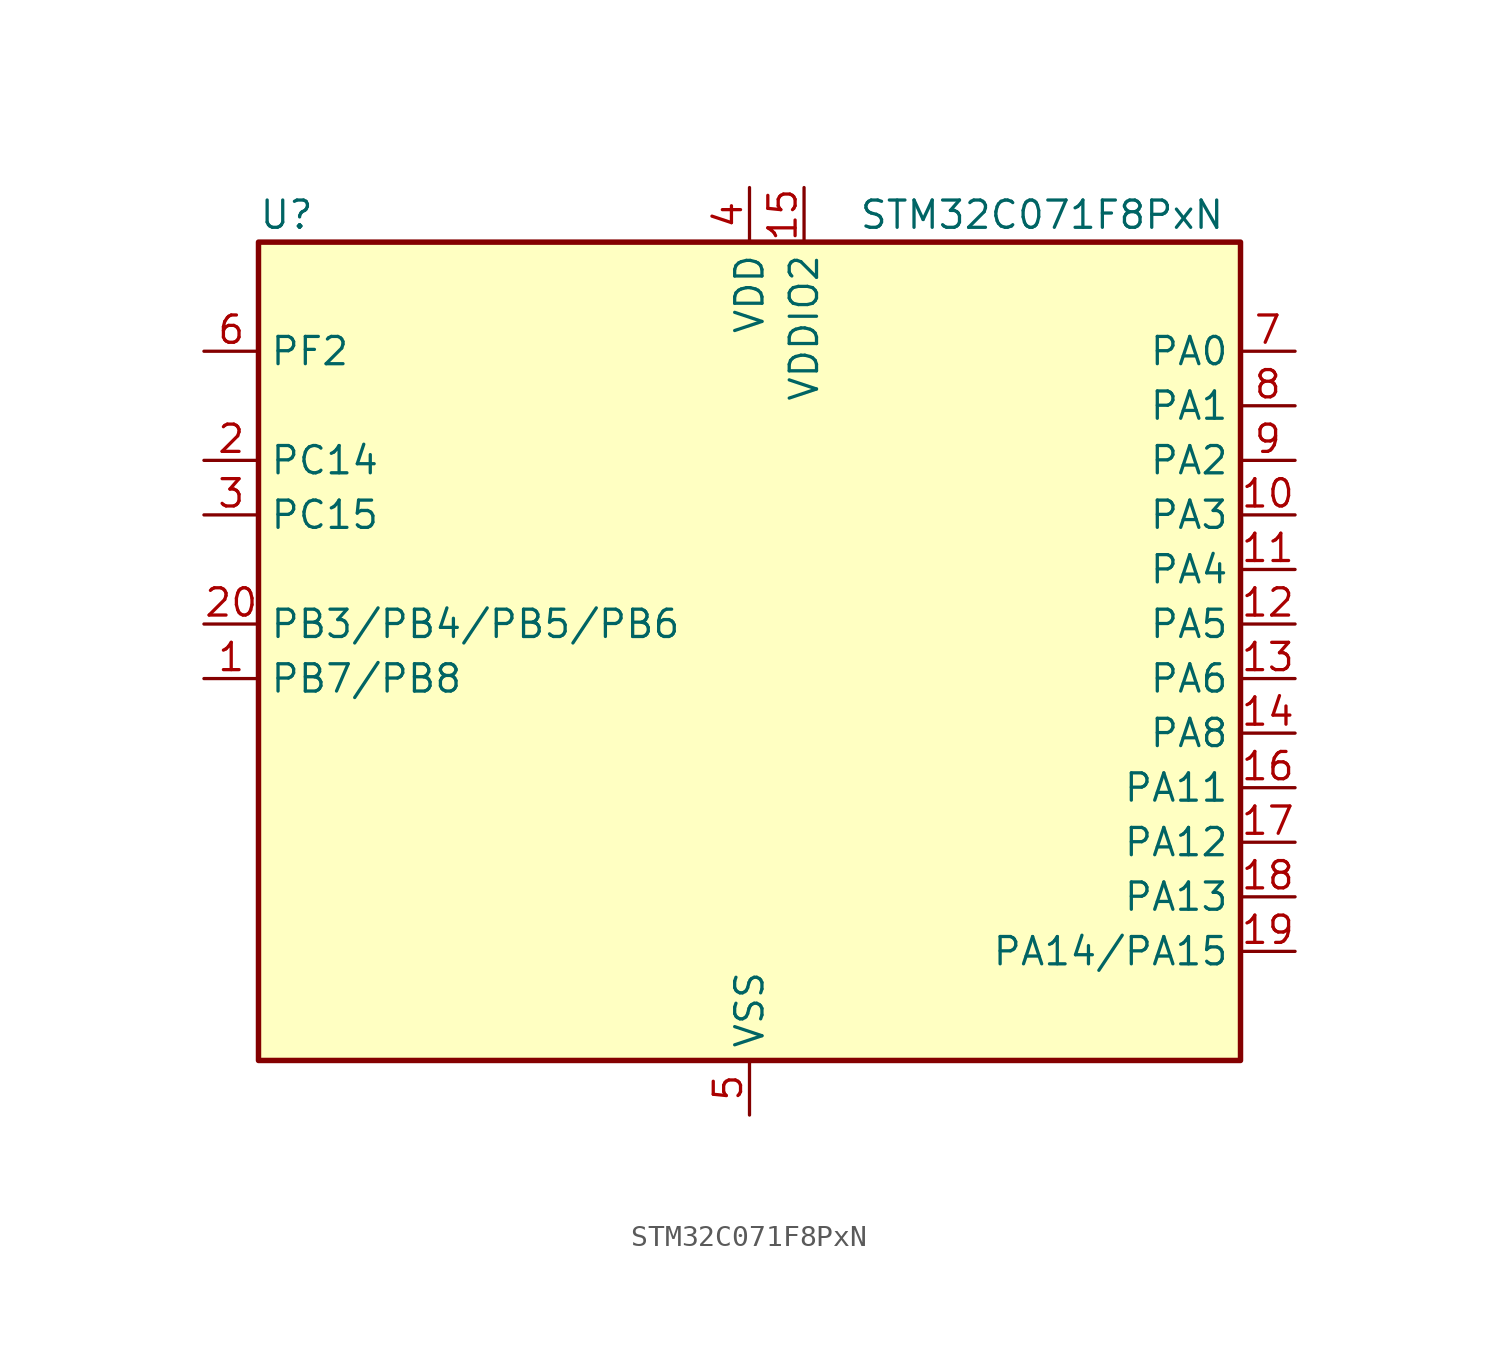
<source format=kicad_sym>
(kicad_symbol_lib
  (version 20241209)
  (generator "kicad_symbol_editor")
  (generator_version "9.0")
  (symbol "STM32C071F8PxN"
    (property "Reference" "U"
      (at -22.86 21.59 0)
      (effects (font (size 1.27 1.27)) (justify left)))
    (property "Value" "STM32C071F8PxN"
      (at 5.08 21.59 0)
      (effects (font (size 1.27 1.27)) (justify left)))
    (symbol "STM32C071F8PxN_0_1"
      (rectangle (start -22.86 -17.78) (end 22.86 20.32) (stroke (width 0.254) (type default)) (fill (type background))))
    (symbol "STM32C071F8PxN_1_1"
      (pin bidirectional line (at -25.4 15.24 0) (length 2.54) (name "PF2" (effects (font (size 1.27 1.27)))) (number "6" (effects (font (size 1.27 1.27)))) (alternate "RCC_MCO" bidirectional line) (alternate "TIM1_CH4" bidirectional line))
      (pin bidirectional line (at -25.4 10.16 0) (length 2.54) (name "PC14" (effects (font (size 1.27 1.27)))) (number "2" (effects (font (size 1.27 1.27)))) (alternate "I2C1_SDA" bidirectional line) (alternate "IR_OUT" bidirectional line) (alternate "RCC_OSCX_IN" bidirectional line) (alternate "SPI2_NSS" bidirectional line) (alternate "TIM17_CH1" bidirectional line) (alternate "TIM1_BKIN2" bidirectional line) (alternate "TIM1_ETR" bidirectional line) (alternate "TIM3_CH2" bidirectional line) (alternate "USART1_TX" bidirectional line) (alternate "USART2_CK" bidirectional line) (alternate "USART2_DE" bidirectional line) (alternate "USART2_RTS" bidirectional line))
      (pin bidirectional line (at -25.4 7.62 0) (length 2.54) (name "PC15" (effects (font (size 1.27 1.27)))) (number "3" (effects (font (size 1.27 1.27)))) (alternate "RCC_OSC32_EN" bidirectional line) (alternate "RCC_OSCX_OUT" bidirectional line) (alternate "RCC_OSC_EN" bidirectional line) (alternate "TIM1_ETR" bidirectional line) (alternate "TIM3_CH3" bidirectional line))
      (pin bidirectional line (at -25.4 2.54 0) (length 2.54) (name "PB3/PB4/PB5/PB6" (effects (font (size 1.27 1.27)))) (number "20" (effects (font (size 1.27 1.27)))) (alternate "I2C1_SCL (PB6)" bidirectional line) (alternate "I2C1_SMBA (PB5)" bidirectional line) (alternate "I2C1_SMBA (PB6)" bidirectional line) (alternate "I2C2_SCL (PB3)" bidirectional line) (alternate "I2C2_SDA (PB4)" bidirectional line) (alternate "I2S1_CK (PB3)" bidirectional line) (alternate "I2S1_CK (PB6)" bidirectional line) (alternate "I2S1_MCK (PB4)" bidirectional line) (alternate "I2S1_MCK (PB6)" bidirectional line) (alternate "I2S1_SD (PB5)" bidirectional line) (alternate "I2S1_SD (PB6)" bidirectional line) (alternate "PB3" bidirectional line) (alternate "PB4" bidirectional line) (alternate "PB5" bidirectional line) (alternate "PB6" bidirectional line) (alternate "PWR_WKUP3 (PB6)" bidirectional line) (alternate "PWR_WKUP6 (PB5)" bidirectional line) (alternate "SPI1_MISO (PB4)" bidirectional line) (alternate "SPI1_MISO (PB6)" bidirectional line) (alternate "SPI1_MOSI (PB5)" bidirectional line) (alternate "SPI1_MOSI (PB6)" bidirectional line) (alternate "SPI1_SCK (PB3)" bidirectional line) (alternate "SPI1_SCK (PB6)" bidirectional line) (alternate "SPI2_MISO (PB6)" bidirectional line) (alternate "TIM16_BKIN (PB5)" bidirectional line) (alternate "TIM16_BKIN (PB6)" bidirectional line) (alternate "TIM16_CH1N (PB6)" bidirectional line) (alternate "TIM17_BKIN (PB4)" bidirectional line) (alternate "TIM17_BKIN (PB6)" bidirectional line) (alternate "TIM1_CH2 (PB3)" bidirectional line) (alternate "TIM1_CH2 (PB6)" bidirectional line) (alternate "TIM1_CH3 (PB6)" bidirectional line) (alternate "TIM2_CH2 (PB3)" bidirectional line) (alternate "TIM3_CH1 (PB4)" bidirectional line) (alternate "TIM3_CH1 (PB6)" bidirectional line) (alternate "TIM3_CH2 (PB3)" bidirectional line) (alternate "TIM3_CH2 (PB5)" bidirectional line) (alternate "TIM3_CH2 (PB6)" bidirectional line) (alternate "TIM3_CH3 (PB5)" bidirectional line) (alternate "TIM3_CH3 (PB6)" bidirectional line) (alternate "USART1_CK (PB3)" bidirectional line) (alternate "USART1_CTS (PB4)" bidirectional line) (alternate "USART1_CTS (PB6)" bidirectional line) (alternate "USART1_DE (PB3)" bidirectional line) (alternate "USART1_NSS (PB4)" bidirectional line) (alternate "USART1_NSS (PB6)" bidirectional line) (alternate "USART1_RTS (PB3)" bidirectional line) (alternate "USART1_TX (PB6)" bidirectional line))
      (pin bidirectional line (at -25.4 0 0) (length 2.54) (name "PB7/PB8" (effects (font (size 1.27 1.27)))) (number "1" (effects (font (size 1.27 1.27)))) (alternate "I2C1_SCL (PB7)" bidirectional line) (alternate "I2C1_SCL (PB8)" bidirectional line) (alternate "I2C1_SDA (PB7)" bidirectional line) (alternate "PB7" bidirectional line) (alternate "PB8" bidirectional line) (alternate "RTC_REFIN (PB7)" bidirectional line) (alternate "SPI2_MOSI (PB7)" bidirectional line) (alternate "SPI2_SCK (PB8)" bidirectional line) (alternate "TIM16_CH1 (PB7)" bidirectional line) (alternate "TIM16_CH1 (PB8)" bidirectional line) (alternate "TIM17_CH1N (PB7)" bidirectional line) (alternate "TIM1_CH4 (PB7)" bidirectional line) (alternate "TIM3_CH1 (PB7)" bidirectional line) (alternate "TIM3_CH1 (PB8)" bidirectional line) (alternate "TIM3_CH4 (PB7)" bidirectional line) (alternate "USART1_RX (PB7)" bidirectional line) (alternate "USART2_CTS (PB7)" bidirectional line) (alternate "USART2_CTS (PB8)" bidirectional line) (alternate "USART2_NSS (PB7)" bidirectional line) (alternate "USART2_NSS (PB8)" bidirectional line))
      (pin power_in line (at 0 22.86 270) (length 2.54) (name "VDD" (effects (font (size 1.27 1.27)))) (number "4" (effects (font (size 1.27 1.27)))))
      (pin power_in line (at 0 -20.32 90) (length 2.54) (name "VSS" (effects (font (size 1.27 1.27)))) (number "5" (effects (font (size 1.27 1.27)))))
      (pin power_in line (at 2.54 22.86 270) (length 2.54) (name "VDDIO2" (effects (font (size 1.27 1.27)))) (number "15" (effects (font (size 1.27 1.27)))))
      (pin bidirectional line (at 25.4 15.24 180) (length 2.54) (name "PA0" (effects (font (size 1.27 1.27)))) (number "7" (effects (font (size 1.27 1.27)))) (alternate "ADC1_IN0" bidirectional line) (alternate "PWR_WKUP1" bidirectional line) (alternate "SPI2_SCK" bidirectional line) (alternate "TIM16_CH1" bidirectional line) (alternate "TIM1_CH1" bidirectional line) (alternate "TIM2_CH1" bidirectional line) (alternate "TIM2_ETR" bidirectional line) (alternate "USART1_TX" bidirectional line) (alternate "USART2_CTS" bidirectional line) (alternate "USART2_NSS" bidirectional line))
      (pin bidirectional line (at 25.4 12.7 180) (length 2.54) (name "PA1" (effects (font (size 1.27 1.27)))) (number "8" (effects (font (size 1.27 1.27)))) (alternate "ADC1_IN1" bidirectional line) (alternate "I2C1_SMBA" bidirectional line) (alternate "I2S1_CK" bidirectional line) (alternate "SPI1_SCK" bidirectional line) (alternate "TIM17_CH1" bidirectional line) (alternate "TIM1_CH2" bidirectional line) (alternate "TIM2_CH2" bidirectional line) (alternate "USART1_RX" bidirectional line) (alternate "USART2_CK" bidirectional line) (alternate "USART2_DE" bidirectional line) (alternate "USART2_RTS" bidirectional line))
      (pin bidirectional line (at 25.4 10.16 180) (length 2.54) (name "PA2" (effects (font (size 1.27 1.27)))) (number "9" (effects (font (size 1.27 1.27)))) (alternate "ADC1_IN2" bidirectional line) (alternate "I2S1_SD" bidirectional line) (alternate "PWR_WKUP4" bidirectional line) (alternate "RCC_LSCO" bidirectional line) (alternate "SPI1_MOSI" bidirectional line) (alternate "TIM16_CH1N" bidirectional line) (alternate "TIM1_CH3" bidirectional line) (alternate "TIM2_CH3" bidirectional line) (alternate "TIM3_ETR" bidirectional line) (alternate "USART2_TX" bidirectional line))
      (pin bidirectional line (at 25.4 7.62 180) (length 2.54) (name "PA3" (effects (font (size 1.27 1.27)))) (number "10" (effects (font (size 1.27 1.27)))) (alternate "ADC1_IN3" bidirectional line) (alternate "SPI2_MISO" bidirectional line) (alternate "TIM1_CH1N" bidirectional line) (alternate "TIM1_CH4" bidirectional line) (alternate "TIM2_CH4" bidirectional line) (alternate "USART2_RX" bidirectional line))
      (pin bidirectional line (at 25.4 5.08 180) (length 2.54) (name "PA4" (effects (font (size 1.27 1.27)))) (number "11" (effects (font (size 1.27 1.27)))) (alternate "ADC1_IN4" bidirectional line) (alternate "I2S1_WS" bidirectional line) (alternate "PWR_WKUP2" bidirectional line) (alternate "RTC_OUT1" bidirectional line) (alternate "RTC_TS" bidirectional line) (alternate "SPI1_NSS" bidirectional line) (alternate "SPI2_MOSI" bidirectional line) (alternate "TIM14_CH1" bidirectional line) (alternate "TIM17_CH1N" bidirectional line) (alternate "TIM1_CH2N" bidirectional line) (alternate "USART2_TX" bidirectional line) (alternate "USB_NOE" bidirectional line))
      (pin bidirectional line (at 25.4 2.54 180) (length 2.54) (name "PA5" (effects (font (size 1.27 1.27)))) (number "12" (effects (font (size 1.27 1.27)))) (alternate "ADC1_IN5" bidirectional line) (alternate "I2S1_CK" bidirectional line) (alternate "SPI1_SCK" bidirectional line) (alternate "TIM1_CH1" bidirectional line) (alternate "TIM1_CH3N" bidirectional line) (alternate "TIM2_CH1" bidirectional line) (alternate "TIM2_ETR" bidirectional line) (alternate "USART2_RX" bidirectional line))
      (pin bidirectional line (at 25.4 0 180) (length 2.54) (name "PA6" (effects (font (size 1.27 1.27)))) (number "13" (effects (font (size 1.27 1.27)))) (alternate "ADC1_IN6" bidirectional line) (alternate "I2C2_SDA" bidirectional line) (alternate "I2S1_MCK" bidirectional line) (alternate "SPI1_MISO" bidirectional line) (alternate "TIM16_CH1" bidirectional line) (alternate "TIM1_BKIN" bidirectional line) (alternate "TIM3_CH1" bidirectional line))
      (pin bidirectional line (at 25.4 -2.54 180) (length 2.54) (name "PA8" (effects (font (size 1.27 1.27)))) (number "14" (effects (font (size 1.27 1.27)))) (alternate "ADC1_IN8" bidirectional line) (alternate "CRS_SYNC" bidirectional line) (alternate "I2S1_WS" bidirectional line) (alternate "RCC_MCO" bidirectional line) (alternate "RCC_MCO2" bidirectional line) (alternate "SPI1_NSS" bidirectional line) (alternate "SPI2_MISO" bidirectional line) (alternate "SPI2_NSS" bidirectional line) (alternate "TIM14_CH1" bidirectional line) (alternate "TIM1_CH1" bidirectional line) (alternate "TIM1_CH2N" bidirectional line) (alternate "TIM1_CH3N" bidirectional line) (alternate "TIM3_CH3" bidirectional line) (alternate "TIM3_CH4" bidirectional line) (alternate "USART1_RX" bidirectional line) (alternate "USART2_TX" bidirectional line))
      (pin bidirectional line (at 25.4 -5.08 180) (length 2.54) (name "PA11" (effects (font (size 1.27 1.27)))) (number "16" (effects (font (size 1.27 1.27)))) (alternate "ADC1_EXTI11" bidirectional line) (alternate "I2C2_SCL" bidirectional line) (alternate "I2S1_MCK" bidirectional line) (alternate "SPI1_MISO" bidirectional line) (alternate "TIM1_BKIN2" bidirectional line) (alternate "TIM1_CH4" bidirectional line) (alternate "USART1_CTS" bidirectional line) (alternate "USART1_NSS" bidirectional line) (alternate "USB_DM" bidirectional line))
      (pin bidirectional line (at 25.4 -7.62 180) (length 2.54) (name "PA12" (effects (font (size 1.27 1.27)))) (number "17" (effects (font (size 1.27 1.27)))) (alternate "I2C2_SDA" bidirectional line) (alternate "I2S1_SD" bidirectional line) (alternate "I2S_CKIN" bidirectional line) (alternate "SPI1_MOSI" bidirectional line) (alternate "TIM1_ETR" bidirectional line) (alternate "USART1_CK" bidirectional line) (alternate "USART1_DE" bidirectional line) (alternate "USART1_RTS" bidirectional line) (alternate "USB_DP" bidirectional line))
      (pin bidirectional line (at 25.4 -10.16 180) (length 2.54) (name "PA13" (effects (font (size 1.27 1.27)))) (number "18" (effects (font (size 1.27 1.27)))) (alternate "ADC1_IN13" bidirectional line) (alternate "DEBUG_SWDIO" bidirectional line) (alternate "IR_OUT" bidirectional line) (alternate "TIM3_ETR" bidirectional line) (alternate "USART2_RX" bidirectional line) (alternate "USB_NOE" bidirectional line))
      (pin bidirectional line (at 25.4 -12.7 180) (length 2.54) (name "PA14/PA15" (effects (font (size 1.27 1.27)))) (number "19" (effects (font (size 1.27 1.27)))) (alternate "ADC1_IN14 (PA14)" bidirectional line) (alternate "DEBUG_SWCLK (PA14)" bidirectional line) (alternate "I2S1_WS (PA14)" bidirectional line) (alternate "I2S1_WS (PA15)" bidirectional line) (alternate "PA14" bidirectional line) (alternate "PA15" bidirectional line) (alternate "RCC_MCO2 (PA14)" bidirectional line) (alternate "RCC_MCO2 (PA15)" bidirectional line) (alternate "SPI1_NSS (PA14)" bidirectional line) (alternate "SPI1_NSS (PA15)" bidirectional line) (alternate "TIM1_CH1 (PA14)" bidirectional line) (alternate "TIM1_CH1 (PA15)" bidirectional line) (alternate "TIM2_CH1 (PA15)" bidirectional line) (alternate "TIM2_ETR (PA15)" bidirectional line) (alternate "USART1_CK (PA14)" bidirectional line) (alternate "USART1_CK (PA15)" bidirectional line) (alternate "USART1_DE (PA14)" bidirectional line) (alternate "USART1_DE (PA15)" bidirectional line) (alternate "USART1_RTS (PA14)" bidirectional line) (alternate "USART1_RTS (PA15)" bidirectional line) (alternate "USART2_RX (PA14)" bidirectional line) (alternate "USART2_RX (PA15)" bidirectional line) (alternate "USART2_TX (PA14)" bidirectional line) (alternate "USB_NOE (PA15)" bidirectional line)))))
</source>
